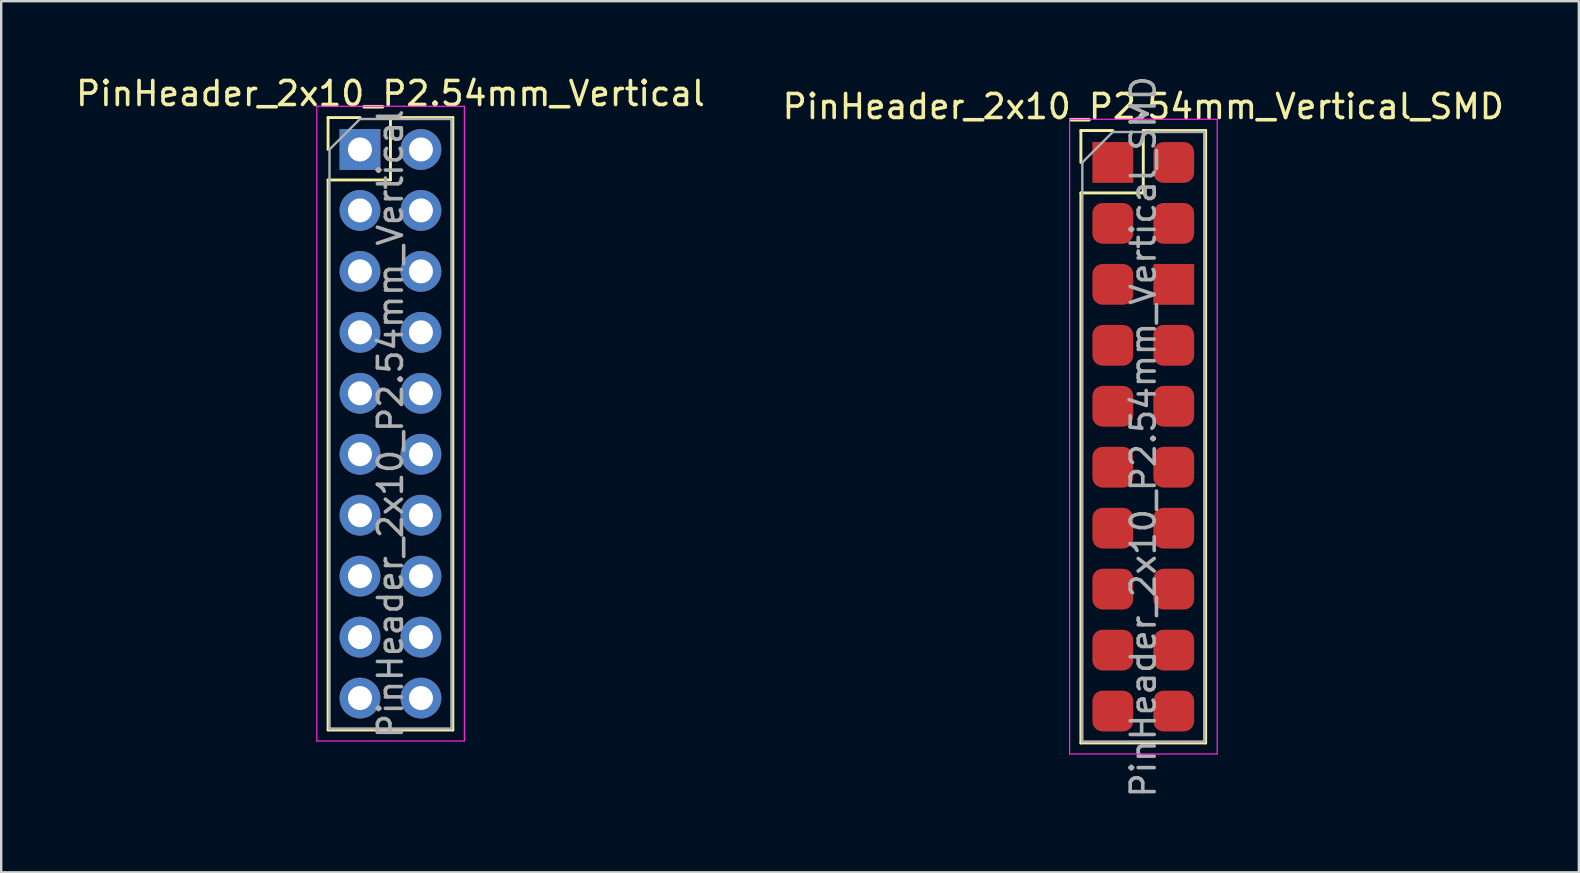
<source format=kicad_pcb>
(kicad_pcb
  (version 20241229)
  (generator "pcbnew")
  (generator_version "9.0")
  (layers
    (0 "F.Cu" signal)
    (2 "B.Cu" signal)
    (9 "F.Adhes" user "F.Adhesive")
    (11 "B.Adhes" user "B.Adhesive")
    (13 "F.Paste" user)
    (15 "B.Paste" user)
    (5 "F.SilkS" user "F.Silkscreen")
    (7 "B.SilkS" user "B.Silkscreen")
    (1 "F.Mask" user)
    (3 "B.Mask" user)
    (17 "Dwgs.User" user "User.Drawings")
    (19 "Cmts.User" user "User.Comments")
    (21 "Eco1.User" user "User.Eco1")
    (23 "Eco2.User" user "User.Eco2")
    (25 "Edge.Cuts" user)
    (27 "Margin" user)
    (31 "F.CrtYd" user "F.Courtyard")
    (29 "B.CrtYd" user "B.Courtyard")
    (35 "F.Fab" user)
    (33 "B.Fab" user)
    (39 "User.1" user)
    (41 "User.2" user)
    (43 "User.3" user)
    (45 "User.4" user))
  (footprint "PinHeader_2x10_P2.54mm_Vertical_SMD"
    (layer "F.Cu")
    (at 44.589 15.149)
    (property "Reference" "PinHeader_2x10_P2.54mm_Vertical_SMD" (at 0 -13.76 180) (layer "F.SilkS") (effects (font (size 1 1) (thickness 0.15))))
    (attr smd)
    (fp_line (start -2.6 -12.76) (end -1.27 -12.76) (stroke (width 0.12) (type solid)) (layer "F.SilkS"))
    (fp_line (start -2.6 -11.43) (end -2.6 -12.76) (stroke (width 0.12) (type solid)) (layer "F.SilkS"))
    (fp_line (start -2.6 -10.16) (end -2.6 12.76) (stroke (width 0.12) (type solid)) (layer "F.SilkS"))
    (fp_line (start -2.6 -10.16) (end 0 -10.16) (stroke (width 0.12) (type solid)) (layer "F.SilkS"))
    (fp_line (start -2.6 12.76) (end 2.6 12.76) (stroke (width 0.12) (type solid)) (layer "F.SilkS"))
    (fp_line (start 0 -12.76) (end 2.6 -12.76) (stroke (width 0.12) (type solid)) (layer "F.SilkS"))
    (fp_line (start 0 -10.16) (end 0 -12.76) (stroke (width 0.12) (type solid)) (layer "F.SilkS"))
    (fp_line (start 2.6 -12.76) (end 2.6 12.76) (stroke (width 0.12) (type solid)) (layer "F.SilkS"))
    (fp_line (start -3.07 -13.23) (end -3.07 13.22) (stroke (width 0.05) (type solid)) (layer "F.CrtYd"))
    (fp_line (start -3.07 13.22) (end 3.08 13.22) (stroke (width 0.05) (type solid)) (layer "F.CrtYd"))
    (fp_line (start 3.08 -13.23) (end -3.07 -13.23) (stroke (width 0.05) (type solid)) (layer "F.CrtYd"))
    (fp_line (start 3.08 13.22) (end 3.08 -13.23) (stroke (width 0.05) (type solid)) (layer "F.CrtYd"))
    (fp_line (start -2.54 -11.43) (end -1.27 -12.7) (stroke (width 0.1) (type solid)) (layer "F.Fab"))
    (fp_line (start -2.54 12.7) (end -2.54 -11.43) (stroke (width 0.1) (type solid)) (layer "F.Fab"))
    (fp_line (start -1.27 -12.7) (end 2.54 -12.7) (stroke (width 0.1) (type solid)) (layer "F.Fab"))
    (fp_line (start 2.54 -12.7) (end 2.54 12.7) (stroke (width 0.1) (type solid)) (layer "F.Fab"))
    (fp_line (start 2.54 12.7) (end -2.54 12.7) (stroke (width 0.1) (type solid)) (layer "F.Fab"))
    (fp_text user "${REFERENCE}" (at 0 0 90) (layer "F.Fab") (effects (font (size 1 1) (thickness 0.15))))
    (pad "1" smd rect (at -1.27 -11.43) (size 1.7 1.7) (layers "F.Cu" "F.Mask" "F.Paste"))
    (pad "2" smd roundrect (at -1.27 -8.89) (size 1.7 1.7) (layers "F.Cu" "F.Mask" "F.Paste") (roundrect_rratio 0.25))
    (pad "3" smd roundrect (at -1.27 -6.35) (size 1.7 1.7) (layers "F.Cu" "F.Mask" "F.Paste") (roundrect_rratio 0.25))
    (pad "4" smd roundrect (at -1.27 -3.81) (size 1.7 1.7) (layers "F.Cu" "F.Mask" "F.Paste") (roundrect_rratio 0.25))
    (pad "5" smd roundrect (at -1.27 -1.27) (size 1.7 1.7) (layers "F.Cu" "F.Mask" "F.Paste") (roundrect_rratio 0.25))
    (pad "6" smd roundrect (at -1.27 1.27) (size 1.7 1.7) (layers "F.Cu" "F.Mask" "F.Paste") (roundrect_rratio 0.25))
    (pad "7" smd roundrect (at -1.27 3.81) (size 1.7 1.7) (layers "F.Cu" "F.Mask" "F.Paste") (roundrect_rratio 0.25))
    (pad "8" smd roundrect (at -1.27 6.35) (size 1.7 1.7) (layers "F.Cu" "F.Mask" "F.Paste") (roundrect_rratio 0.25))
    (pad "9" smd roundrect (at -1.27 8.89) (size 1.7 1.7) (layers "F.Cu" "F.Mask" "F.Paste") (roundrect_rratio 0.25))
    (pad "10" smd roundrect (at -1.27 11.43) (size 1.7 1.7) (layers "F.Cu" "F.Mask" "F.Paste") (roundrect_rratio 0.25))
    (pad "11" smd roundrect (at 1.27 -11.43) (size 1.7 1.7) (layers "F.Cu" "F.Mask" "F.Paste") (roundrect_rratio 0.25))
    (pad "12" smd roundrect (at 1.27 -8.89) (size 1.7 1.7) (layers "F.Cu" "F.Mask" "F.Paste") (roundrect_rratio 0.25))
    (pad "13" smd rect (at 1.27 -6.35) (size 1.7 1.7) (layers "F.Cu" "F.Mask" "F.Paste"))
    (pad "14" smd roundrect (at 1.27 -3.81) (size 1.7 1.7) (layers "F.Cu" "F.Mask" "F.Paste") (roundrect_rratio 0.25))
    (pad "15" smd roundrect (at 1.27 -1.27) (size 1.7 1.7) (layers "F.Cu" "F.Mask" "F.Paste") (roundrect_rratio 0.25))
    (pad "16" smd roundrect (at 1.27 1.27) (size 1.7 1.7) (layers "F.Cu" "F.Mask" "F.Paste") (roundrect_rratio 0.25))
    (pad "17" smd roundrect (at 1.27 3.81) (size 1.7 1.7) (layers "F.Cu" "F.Mask" "F.Paste") (roundrect_rratio 0.25))
    (pad "18" smd roundrect (at 1.27 6.35) (size 1.7 1.7) (layers "F.Cu" "F.Mask" "F.Paste") (roundrect_rratio 0.25))
    (pad "19" smd roundrect (at 1.27 8.89) (size 1.7 1.7) (layers "F.Cu" "F.Mask" "F.Paste") (roundrect_rratio 0.25))
    (pad "20" smd roundrect (at 1.27 11.43) (size 1.7 1.7) (layers "F.Cu" "F.Mask" "F.Paste") (roundrect_rratio 0.25)))
  (footprint "PinHeader_2x10_P2.54mm_Vertical"
    (layer "F.Cu")
    (at 13.22 14.608)
    (property "Reference" "PinHeader_2x10_P2.54mm_Vertical" (at 0 -13.76 0) (layer "F.SilkS") (effects (font (size 1 1) (thickness 0.15))))
    (attr through_hole)
    (fp_line (start -2.6 -12.76) (end -1.27 -12.76) (stroke (width 0.12) (type solid)) (layer "F.SilkS"))
    (fp_line (start -2.6 -11.43) (end -2.6 -12.76) (stroke (width 0.12) (type solid)) (layer "F.SilkS"))
    (fp_line (start -2.6 -10.16) (end -2.6 12.76) (stroke (width 0.12) (type solid)) (layer "F.SilkS"))
    (fp_line (start -2.6 -10.16) (end 0 -10.16) (stroke (width 0.12) (type solid)) (layer "F.SilkS"))
    (fp_line (start -2.6 12.76) (end 2.6 12.76) (stroke (width 0.12) (type solid)) (layer "F.SilkS"))
    (fp_line (start 0 -12.76) (end 2.6 -12.76) (stroke (width 0.12) (type solid)) (layer "F.SilkS"))
    (fp_line (start 0 -10.16) (end 0 -12.76) (stroke (width 0.12) (type solid)) (layer "F.SilkS"))
    (fp_line (start 2.6 -12.76) (end 2.6 12.76) (stroke (width 0.12) (type solid)) (layer "F.SilkS"))
    (fp_line (start -3.07 -13.23) (end -3.07 13.22) (stroke (width 0.05) (type solid)) (layer "F.CrtYd"))
    (fp_line (start -3.07 13.22) (end 3.08 13.22) (stroke (width 0.05) (type solid)) (layer "F.CrtYd"))
    (fp_line (start 3.08 -13.23) (end -3.07 -13.23) (stroke (width 0.05) (type solid)) (layer "F.CrtYd"))
    (fp_line (start 3.08 13.22) (end 3.08 -13.23) (stroke (width 0.05) (type solid)) (layer "F.CrtYd"))
    (fp_line (start -2.54 -11.43) (end -1.27 -12.7) (stroke (width 0.1) (type solid)) (layer "F.Fab"))
    (fp_line (start -2.54 12.7) (end -2.54 -11.43) (stroke (width 0.1) (type solid)) (layer "F.Fab"))
    (fp_line (start -1.27 -12.7) (end 2.54 -12.7) (stroke (width 0.1) (type solid)) (layer "F.Fab"))
    (fp_line (start 2.54 -12.7) (end 2.54 12.7) (stroke (width 0.1) (type solid)) (layer "F.Fab"))
    (fp_line (start 2.54 12.7) (end -2.54 12.7) (stroke (width 0.1) (type solid)) (layer "F.Fab"))
    (fp_text user "${REFERENCE}" (at 0 0 90) (layer "F.Fab") (effects (font (size 1 1) (thickness 0.15))))
    (pad "1" thru_hole rect (at -1.27 -11.43) (size 1.7 1.7) (drill 1) (layers "*.Cu" "*.Mask"))
    (pad "2" thru_hole oval (at 1.27 -11.43) (size 1.7 1.7) (drill 1) (layers "*.Cu" "*.Mask"))
    (pad "3" thru_hole oval (at -1.27 -8.89) (size 1.7 1.7) (drill 1) (layers "*.Cu" "*.Mask"))
    (pad "4" thru_hole oval (at 1.27 -8.89) (size 1.7 1.7) (drill 1) (layers "*.Cu" "*.Mask"))
    (pad "5" thru_hole oval (at -1.27 -6.35) (size 1.7 1.7) (drill 1) (layers "*.Cu" "*.Mask"))
    (pad "6" thru_hole oval (at 1.27 -6.35) (size 1.7 1.7) (drill 1) (layers "*.Cu" "*.Mask"))
    (pad "7" thru_hole oval (at -1.27 -3.81) (size 1.7 1.7) (drill 1) (layers "*.Cu" "*.Mask"))
    (pad "8" thru_hole oval (at 1.27 -3.81) (size 1.7 1.7) (drill 1) (layers "*.Cu" "*.Mask"))
    (pad "9" thru_hole oval (at -1.27 -1.27) (size 1.7 1.7) (drill 1) (layers "*.Cu" "*.Mask"))
    (pad "10" thru_hole oval (at 1.27 -1.27) (size 1.7 1.7) (drill 1) (layers "*.Cu" "*.Mask"))
    (pad "11" thru_hole oval (at -1.27 1.27) (size 1.7 1.7) (drill 1) (layers "*.Cu" "*.Mask"))
    (pad "12" thru_hole oval (at 1.27 1.27) (size 1.7 1.7) (drill 1) (layers "*.Cu" "*.Mask"))
    (pad "13" thru_hole oval (at -1.27 3.81) (size 1.7 1.7) (drill 1) (layers "*.Cu" "*.Mask"))
    (pad "14" thru_hole oval (at 1.27 3.81) (size 1.7 1.7) (drill 1) (layers "*.Cu" "*.Mask"))
    (pad "15" thru_hole oval (at -1.27 6.35) (size 1.7 1.7) (drill 1) (layers "*.Cu" "*.Mask"))
    (pad "16" thru_hole oval (at 1.27 6.35) (size 1.7 1.7) (drill 1) (layers "*.Cu" "*.Mask"))
    (pad "17" thru_hole oval (at -1.27 8.89) (size 1.7 1.7) (drill 1) (layers "*.Cu" "*.Mask"))
    (pad "18" thru_hole oval (at 1.27 8.89) (size 1.7 1.7) (drill 1) (layers "*.Cu" "*.Mask"))
    (pad "19" thru_hole oval (at -1.27 11.43) (size 1.7 1.7) (drill 1) (layers "*.Cu" "*.Mask"))
    (pad "20" thru_hole oval (at 1.27 11.43) (size 1.7 1.7) (drill 1) (layers "*.Cu" "*.Mask")))
  (gr_rect
    (start -3 -3)
    (end 62.738 33.298)
    (stroke (width 0.1) (type default))
    (fill no)
    (layer "Edge.Cuts")))
</source>
